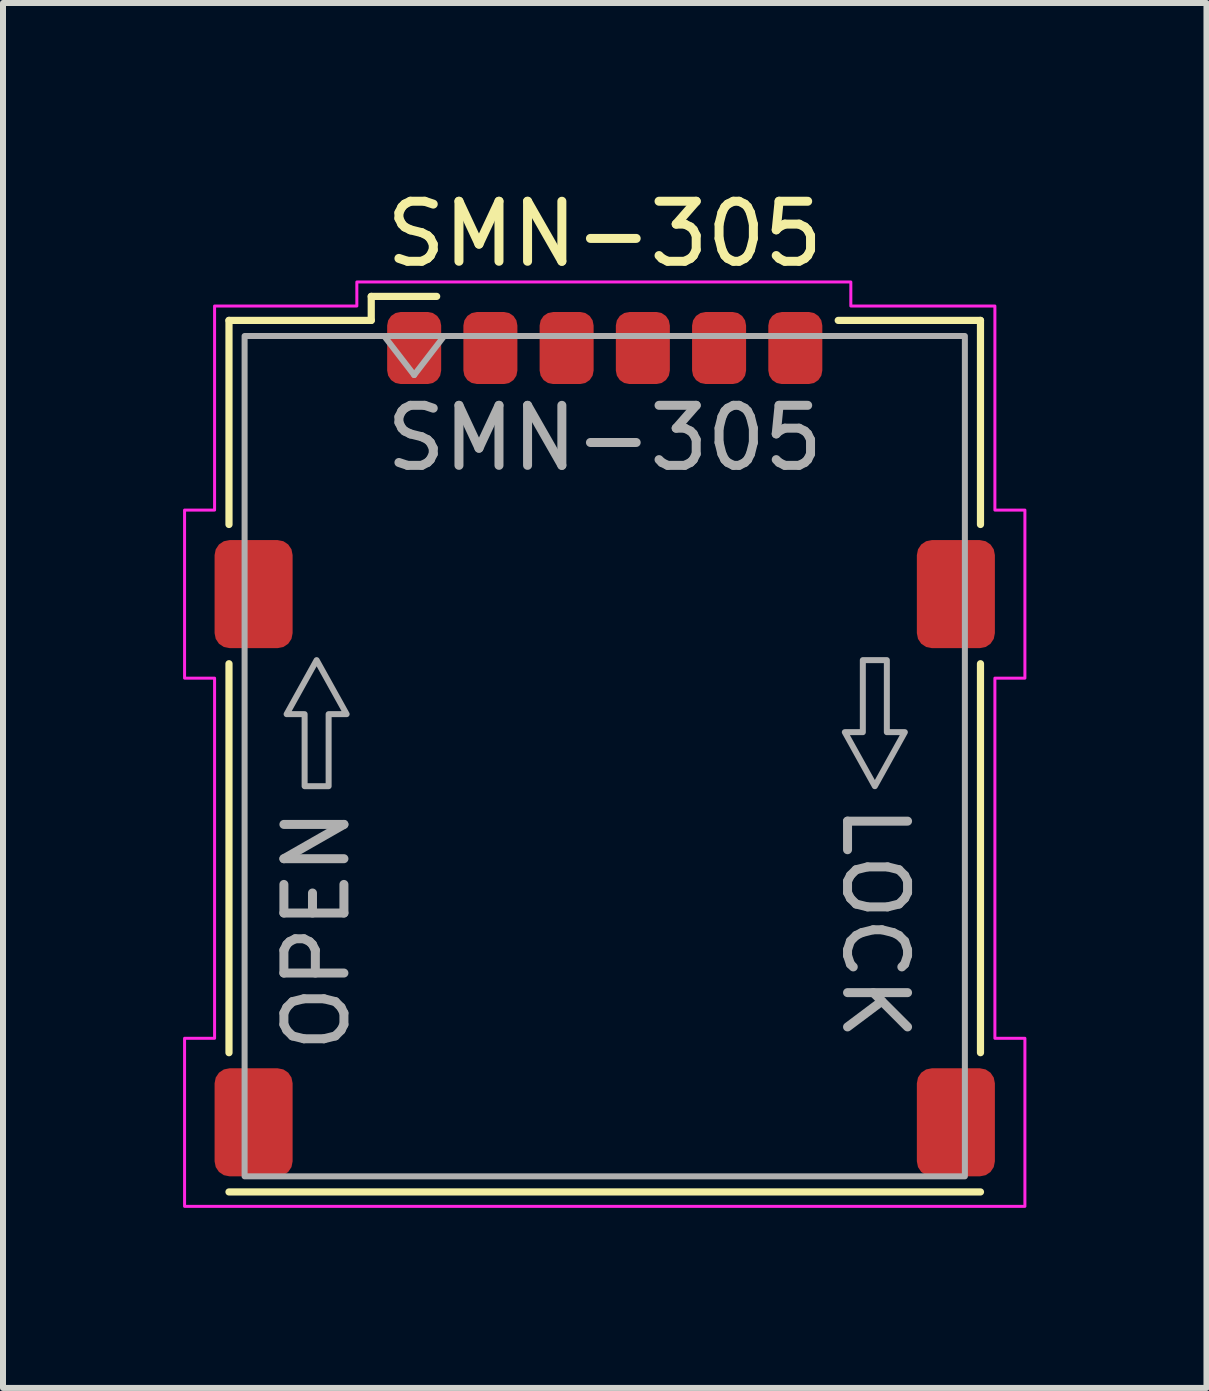
<source format=kicad_pcb>
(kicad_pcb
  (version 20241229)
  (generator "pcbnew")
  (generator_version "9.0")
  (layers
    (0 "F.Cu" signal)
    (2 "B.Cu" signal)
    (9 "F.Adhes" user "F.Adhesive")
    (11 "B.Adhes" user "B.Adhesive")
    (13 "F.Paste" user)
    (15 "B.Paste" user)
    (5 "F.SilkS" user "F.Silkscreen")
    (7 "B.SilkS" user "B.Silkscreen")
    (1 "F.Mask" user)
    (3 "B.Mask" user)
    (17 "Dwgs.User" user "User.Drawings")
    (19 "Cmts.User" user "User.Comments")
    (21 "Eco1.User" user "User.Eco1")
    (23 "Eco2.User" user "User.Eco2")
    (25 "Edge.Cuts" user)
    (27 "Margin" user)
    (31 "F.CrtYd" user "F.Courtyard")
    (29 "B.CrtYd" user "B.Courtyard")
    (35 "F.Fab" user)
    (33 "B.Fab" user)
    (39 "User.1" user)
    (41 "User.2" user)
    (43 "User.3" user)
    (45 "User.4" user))
  (footprint "SMN-305"
    (layer "F.Cu")
    (at 7.025 9.548)
    (property "Reference" "SMN-305" (at 0 -8.7 0) (layer "F.SilkS") (effects (font (size 1 1) (thickness 0.15))))
    (attr smd)
    (fp_line (start -6.26 -7.26) (end -6.26 -3.86) (stroke (width 0.12) (type default)) (layer "F.SilkS"))
    (fp_line (start -6.26 -1.54) (end -6.26 4.94) (stroke (width 0.12) (type default)) (layer "F.SilkS"))
    (fp_line (start -6.26 7.26) (end 6.26 7.26) (stroke (width 0.12) (type default)) (layer "F.SilkS"))
    (fp_line (start -3.89 -7.66) (end -2.8 -7.66) (stroke (width 0.12) (type default)) (layer "F.SilkS"))
    (fp_line (start -3.89 -7.26) (end -6.26 -7.26) (stroke (width 0.12) (type default)) (layer "F.SilkS"))
    (fp_line (start -3.89 -7.26) (end -3.89 -7.66) (stroke (width 0.12) (type default)) (layer "F.SilkS"))
    (fp_line (start 6.26 -7.26) (end 3.89 -7.26) (stroke (width 0.12) (type default)) (layer "F.SilkS"))
    (fp_line (start 6.26 -7.26) (end 6.26 -3.86) (stroke (width 0.12) (type default)) (layer "F.SilkS"))
    (fp_line (start 6.26 -1.54) (end 6.26 4.94) (stroke (width 0.12) (type default)) (layer "F.SilkS"))
    (fp_poly (pts (xy -6.5 -7.5) (xy -4.13 -7.5) (xy -4.13 -7.9) (xy 4.1 -7.9) (xy 4.1 -7.5) (xy 6.5 -7.5) (xy 6.5 -4.1) (xy 7 -4.1) (xy 7 -1.3) (xy 6.5 -1.3) (xy 6.5 4.7) (xy 7 4.7) (xy 7 7.5) (xy -7 7.5) (xy -7 4.7) (xy -6.5 4.7) (xy -6.5 -1.3) (xy -7 -1.3) (xy -7 -4.1) (xy -6.5 -4.1)) (stroke (width 0.05) (type solid)) (fill no) (layer "F.CrtYd"))
    (fp_line (start -3.675 -7) (end -3.175 -6.35) (stroke (width 0.1) (type default)) (layer "F.Fab"))
    (fp_line (start -3.175 -6.35) (end -2.675 -7) (stroke (width 0.1) (type default)) (layer "F.Fab"))
    (fp_rect (start -6 -7) (end 6 7) (stroke (width 0.1) (type default)) (fill no) (layer "F.Fab"))
    (fp_poly (pts (xy -5 0.5) (xy -5 -0.7) (xy -5.3 -0.7) (xy -4.8 -1.6) (xy -4.3 -0.7) (xy -4.6 -0.7) (xy -4.6 0.5)) (stroke (width 0.1) (type solid)) (fill no) (layer "F.Fab"))
    (fp_poly (pts (xy 4.7 -1.6) (xy 4.7 -0.4) (xy 5 -0.4) (xy 4.5 0.5) (xy 4 -0.4) (xy 4.3 -0.4) (xy 4.3 -1.6)) (stroke (width 0.1) (type solid)) (fill no) (layer "F.Fab"))
    (fp_text user "OPEN" (at -4.8 0.8 90) (unlocked yes) (layer "F.Fab") (effects (font (size 1 1) (thickness 0.15)) (justify right)))
    (fp_text user "${REFERENCE}" (at 0 -5.3 0) (layer "F.Fab") (effects (font (size 1 1) (thickness 0.15))))
    (fp_text user "LOCK" (at 4.5 4.8 270) (unlocked yes) (layer "F.Fab") (effects (font (size 1 1) (thickness 0.15)) (justify right)))
    (pad "1" smd roundrect (at -3.175 -6.8) (size 0.9 1.2) (layers "F.Cu" "F.Mask" "F.Paste") (roundrect_rratio 0.25))
    (pad "2" smd roundrect (at -0.635 -6.8) (size 0.9 1.2) (layers "F.Cu" "F.Mask" "F.Paste") (roundrect_rratio 0.25))
    (pad "3" smd roundrect (at 1.905 -6.8) (size 0.9 1.2) (layers "F.Cu" "F.Mask" "F.Paste") (roundrect_rratio 0.25))
    (pad "5" smd roundrect (at -1.905 -6.8) (size 0.9 1.2) (layers "F.Cu" "F.Mask" "F.Paste") (roundrect_rratio 0.25))
    (pad "6" smd roundrect (at 0.635 -6.8) (size 0.9 1.2) (layers "F.Cu" "F.Mask" "F.Paste") (roundrect_rratio 0.25))
    (pad "7" smd roundrect (at 3.175 -6.8) (size 0.9 1.2) (layers "F.Cu" "F.Mask" "F.Paste") (roundrect_rratio 0.25))
    (pad "CD" smd roundrect (at -5.85 6.1) (size 1.3 1.8) (layers "F.Cu" "F.Mask" "F.Paste") (roundrect_rratio 0.192))
    (pad "SH" smd roundrect (at -5.85 -2.7) (size 1.3 1.8) (layers "F.Cu" "F.Mask" "F.Paste") (roundrect_rratio 0.192))
    (pad "SH" smd roundrect (at 5.85 -2.7) (size 1.3 1.8) (layers "F.Cu" "F.Mask" "F.Paste") (roundrect_rratio 0.192))
    (pad "SH" smd roundrect (at 5.85 6.1) (size 1.3 1.8) (layers "F.Cu" "F.Mask" "F.Paste") (roundrect_rratio 0.192))
    (zone (net_name "") (layer "F.Cu") (hatch edge 0.5) (connect_pads) (min_thickness 0.25) (filled_areas_thickness no) (keepout (tracks allowed) (vias not_allowed) (pads not_allowed) (copperpour allowed) (footprints allowed)) (placement (enabled no)) (fill) (polygon (pts (xy 3.135 12.148) (xy 3.135 15.848) (xy 5.535 15.848) (xy 5.535 12.148))))
    (zone (net_name "") (layer "F.Cu") (hatch edge 0.5) (connect_pads) (min_thickness 0.25) (filled_areas_thickness no) (keepout (tracks allowed) (vias not_allowed) (pads not_allowed) (copperpour allowed) (footprints allowed)) (placement (enabled no)) (fill) (polygon (pts (xy 3.835 5.148) (xy 3.835 8.848) (xy 5.135 8.848) (xy 5.135 5.148))))
    (zone (net_name "") (layer "F.Cu") (hatch edge 0.5) (connect_pads) (min_thickness 0.25) (filled_areas_thickness no) (keepout (tracks allowed) (vias not_allowed) (pads not_allowed) (copperpour allowed) (footprints allowed)) (placement (enabled no)) (fill) (polygon (pts (xy 6.375 5.148) (xy 6.375 8.848) (xy 7.675 8.848) (xy 7.675 5.148))))
    (zone (net_name "") (layer "F.Cu") (hatch edge 0.5) (connect_pads) (min_thickness 0.25) (filled_areas_thickness no) (keepout (tracks allowed) (vias not_allowed) (pads not_allowed) (copperpour allowed) (footprints allowed)) (placement (enabled no)) (fill) (polygon (pts (xy 6.375 12.148) (xy 6.375 15.848) (xy 7.675 15.848) (xy 7.675 12.148))))
    (zone (net_name "") (layer "F.Cu") (hatch edge 0.5) (connect_pads) (min_thickness 0.25) (filled_areas_thickness no) (keepout (tracks allowed) (vias not_allowed) (pads not_allowed) (copperpour allowed) (footprints allowed)) (placement (enabled no)) (fill) (polygon (pts (xy 8.915 5.148) (xy 8.915 8.848) (xy 10.215 8.848) (xy 10.215 5.148))))
    (zone (net_name "") (layer "F.Cu") (hatch edge 0.5) (connect_pads) (min_thickness 0.25) (filled_areas_thickness no) (keepout (tracks allowed) (vias not_allowed) (pads not_allowed) (copperpour allowed) (footprints allowed)) (placement (enabled no)) (fill) (polygon (pts (xy 8.915 12.148) (xy 8.915 15.848) (xy 10.215 15.848) (xy 10.215 12.148)))))
  (gr_rect
    (start -3 -3)
    (end 17.05 20.073)
    (stroke (width 0.1) (type default))
    (fill no)
    (layer "Edge.Cuts")))
</source>
